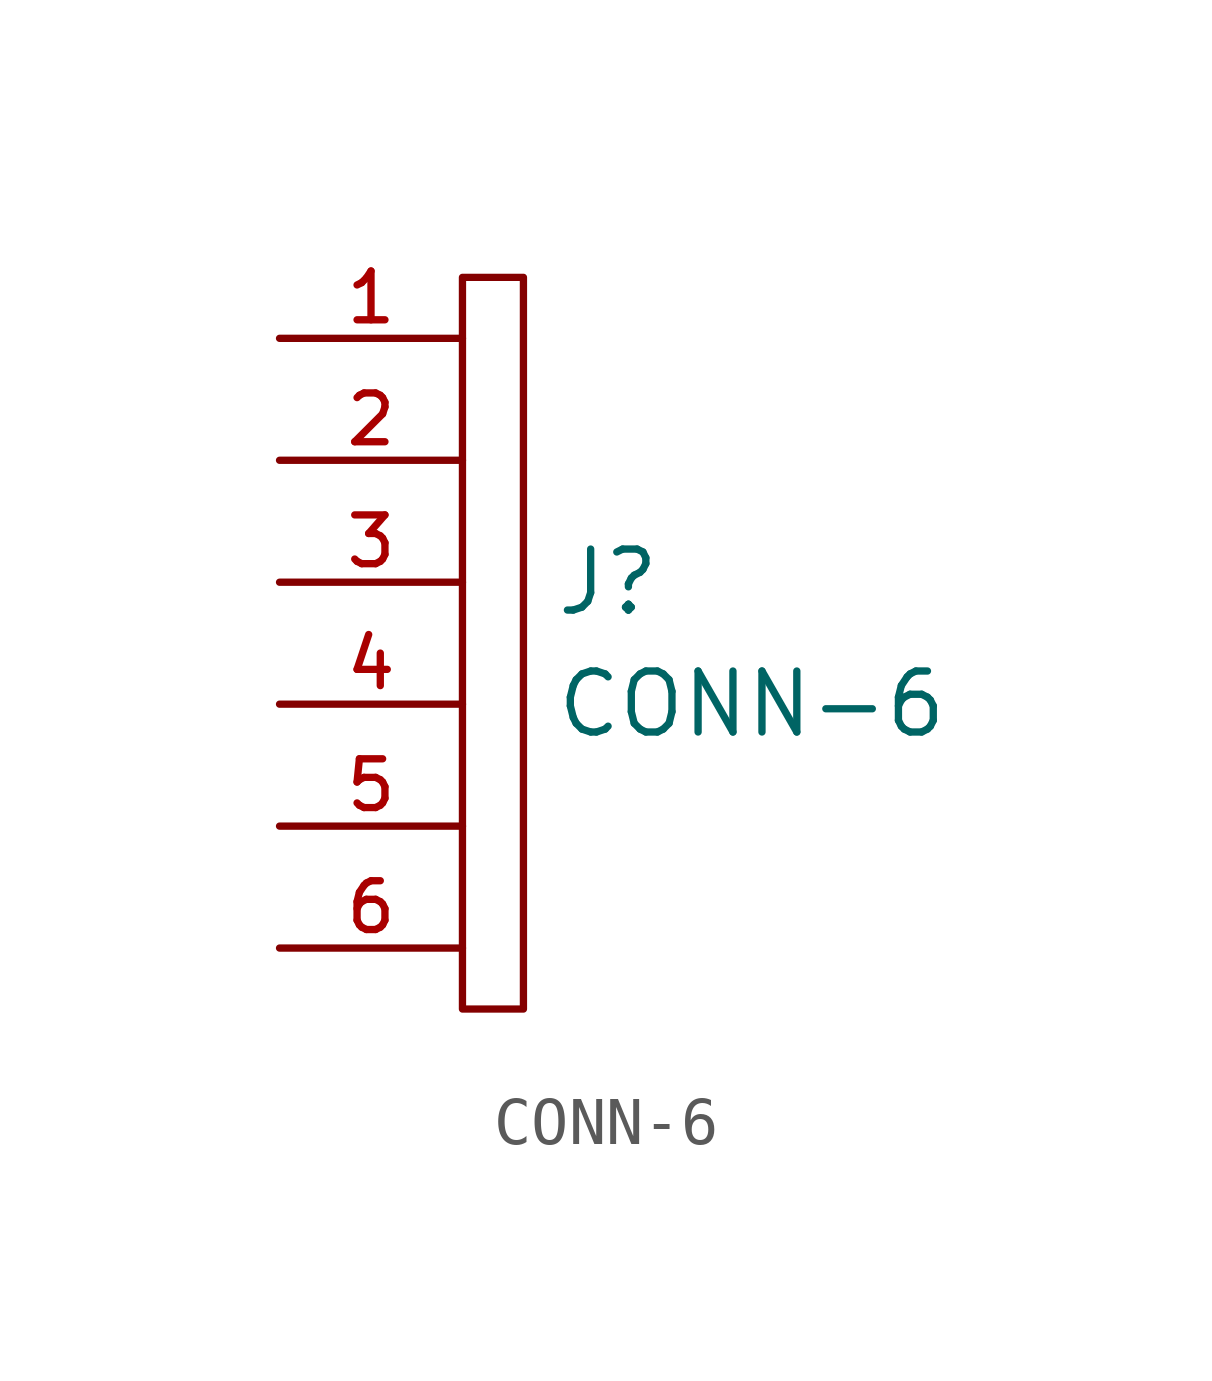
<source format=kicad_sym>
(kicad_symbol_lib
  (version 20211014)
  (generator kicad_symbol_editor)
  (symbol "CONN-6"
    (pin_names
      (offset 1.016))
    (property "Reference" "J"
      (at 5.715 1.27 0)
      (effects (font (size 1.27 1.27)) (justify left)))
    (property "Value" "CONN-6"
      (at 5.715 -1.27 0)
      (effects (font (size 1.27 1.27)) (justify left)))
    (symbol "CONN-6_0_1"
      (rectangle (start 3.81 7.62) (end 5.08 -7.62) (stroke (width 0) (type default) (color 0 0 0 0)) (fill (type none))))
    (symbol "CONN-6_1_1"
      (pin passive line (at 0 6.35 0) (length 3.81) (name "~" (effects (font (size 1.27 1.27)))) (number "1" (effects (font (size 1.016 1.016)))))
      (pin passive line (at 0 3.81 0) (length 3.81) (name "~" (effects (font (size 1.27 1.27)))) (number "2" (effects (font (size 1.016 1.016)))))
      (pin passive line (at 0 1.27 0) (length 3.81) (name "~" (effects (font (size 1.27 1.27)))) (number "3" (effects (font (size 1.016 1.016)))))
      (pin passive line (at 0 -1.27 0) (length 3.81) (name "~" (effects (font (size 1.27 1.27)))) (number "4" (effects (font (size 1.016 1.016)))))
      (pin passive line (at 0 -3.81 0) (length 3.81) (name "~" (effects (font (size 1.27 1.27)))) (number "5" (effects (font (size 1.016 1.016)))))
      (pin passive line (at 0 -6.35 0) (length 3.81) (name "~" (effects (font (size 1.27 1.27)))) (number "6" (effects (font (size 1.016 1.016))))))))
</source>
